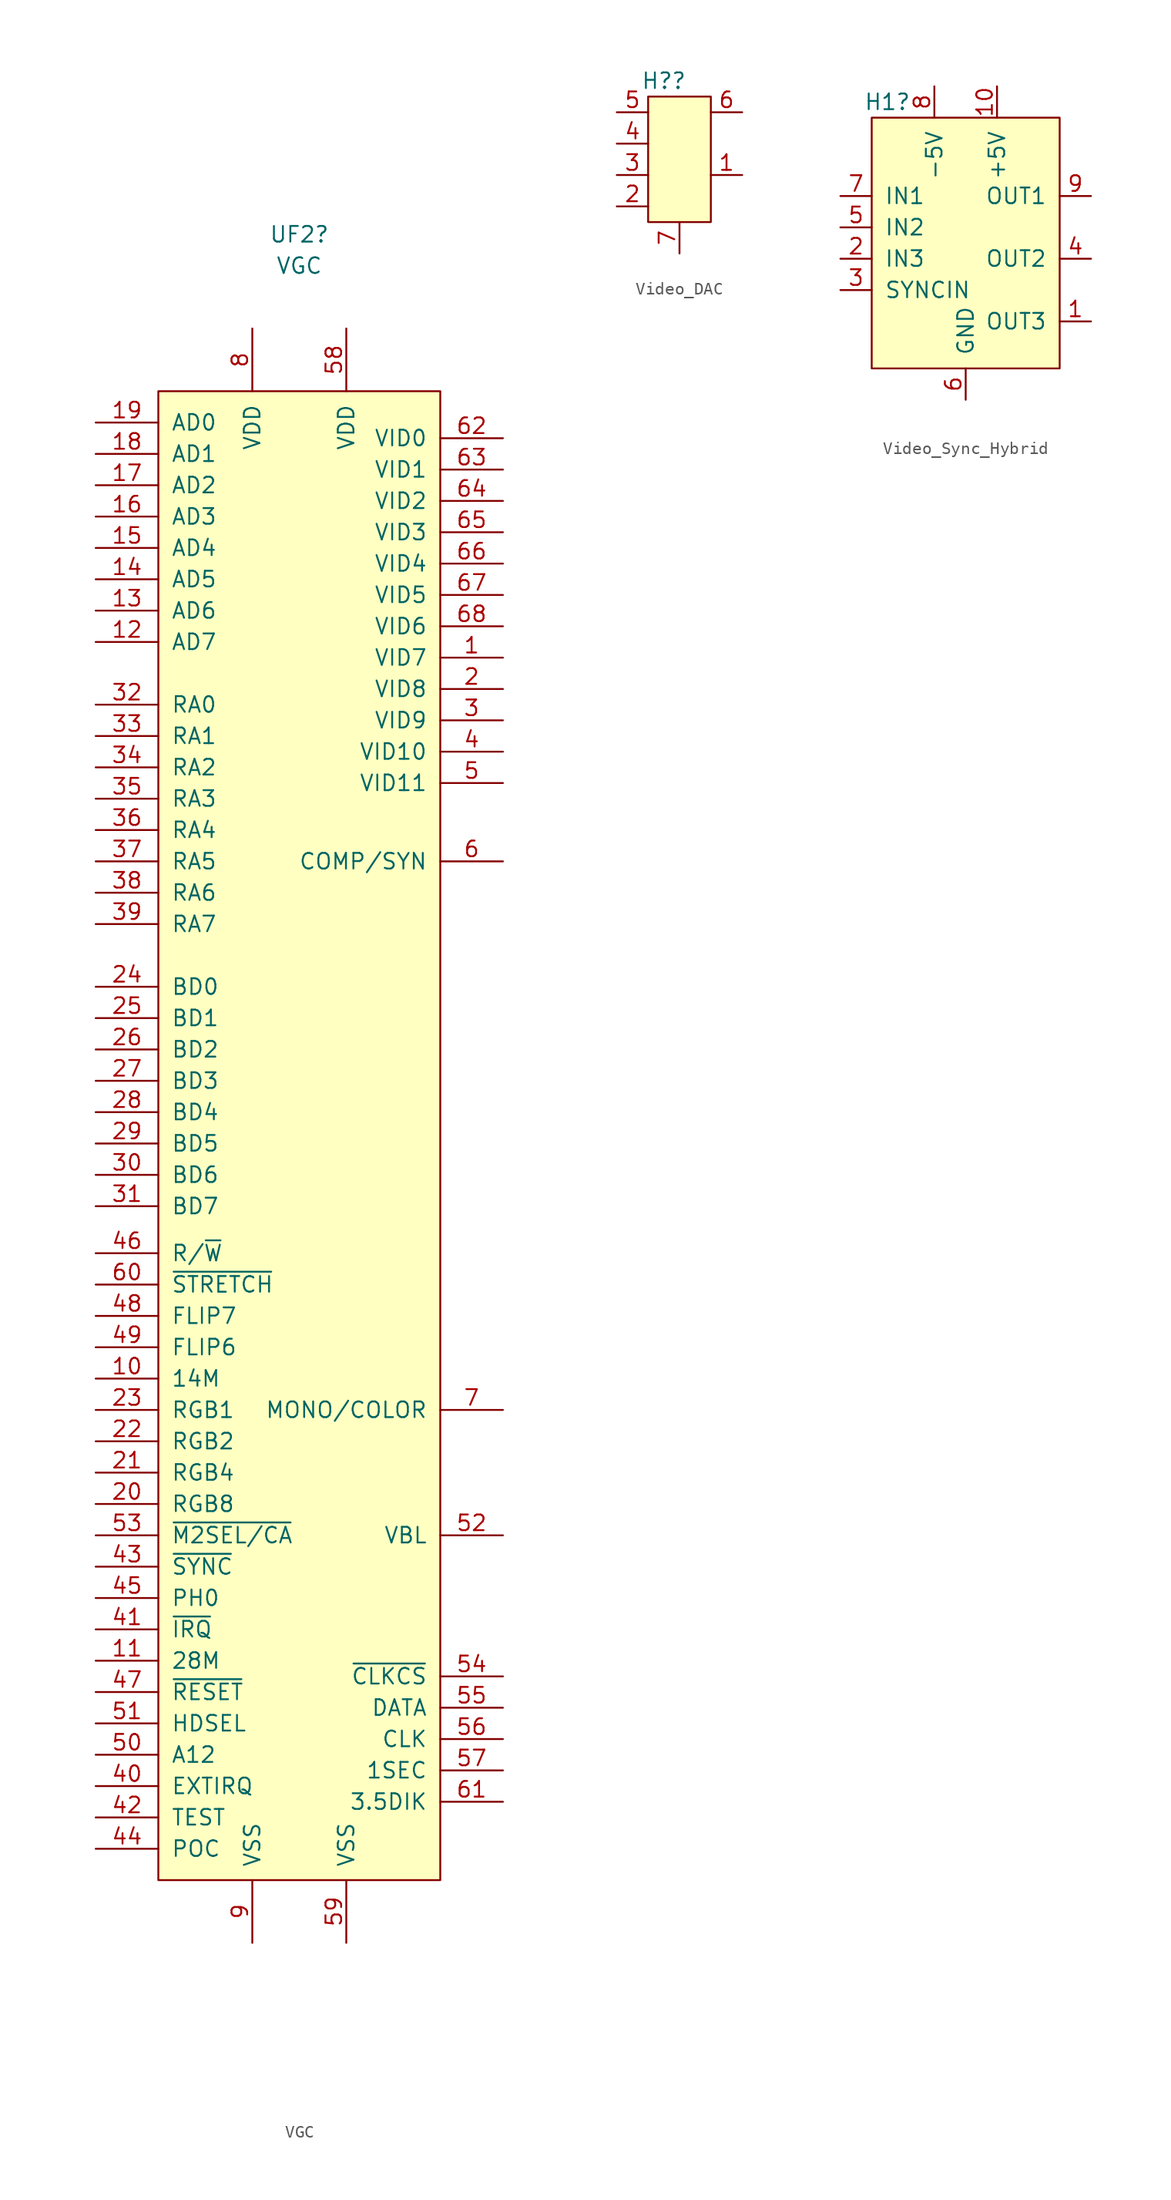
<source format=kicad_sym>
(kicad_symbol_lib
  (version 20211014)
  (generator kicad_symbol_editor)
  (symbol "VGC"
    (pin_names
      (offset 1.016))
    (property "Reference" "UF2"
      (at 1.27 80.01 0)
      (effects (font (size 1.27 1.27))))
    (property "Value" "VGC"
      (at 1.27 77.47 0)
      (effects (font (size 1.27 1.27))))
    (symbol "VGC_0_1"
      (rectangle (start -10.16 67.31) (end 12.7 -53.34) (stroke (width 0) (type default) (color 0 0 0 0)) (fill (type background))))
    (symbol "VGC_1_1"
      (pin output line (at 17.78 45.72 180) (length 5.08) (name "VID7" (effects (font (size 1.27 1.27)))) (number "1" (effects (font (size 1.27 1.27)))))
      (pin output line (at -15.24 -12.7 0) (length 5.08) (name "14M" (effects (font (size 1.27 1.27)))) (number "10" (effects (font (size 1.27 1.27)))))
      (pin input line (at -15.24 -35.56 0) (length 5.08) (name "28M" (effects (font (size 1.27 1.27)))) (number "11" (effects (font (size 1.27 1.27)))))
      (pin input line (at -15.24 46.99 0) (length 5.08) (name "AD7" (effects (font (size 1.27 1.27)))) (number "12" (effects (font (size 1.27 1.27)))))
      (pin input line (at -15.24 49.53 0) (length 5.08) (name "AD6" (effects (font (size 1.27 1.27)))) (number "13" (effects (font (size 1.27 1.27)))))
      (pin input line (at -15.24 52.07 0) (length 5.08) (name "AD5" (effects (font (size 1.27 1.27)))) (number "14" (effects (font (size 1.27 1.27)))))
      (pin input line (at -15.24 54.61 0) (length 5.08) (name "AD4" (effects (font (size 1.27 1.27)))) (number "15" (effects (font (size 1.27 1.27)))))
      (pin input line (at -15.24 57.15 0) (length 5.08) (name "AD3" (effects (font (size 1.27 1.27)))) (number "16" (effects (font (size 1.27 1.27)))))
      (pin input line (at -15.24 59.69 0) (length 5.08) (name "AD2" (effects (font (size 1.27 1.27)))) (number "17" (effects (font (size 1.27 1.27)))))
      (pin input line (at -15.24 62.23 0) (length 5.08) (name "AD1" (effects (font (size 1.27 1.27)))) (number "18" (effects (font (size 1.27 1.27)))))
      (pin input line (at -15.24 64.77 0) (length 5.08) (name "AD0" (effects (font (size 1.27 1.27)))) (number "19" (effects (font (size 1.27 1.27)))))
      (pin output line (at 17.78 43.18 180) (length 5.08) (name "VID8" (effects (font (size 1.27 1.27)))) (number "2" (effects (font (size 1.27 1.27)))))
      (pin input line (at -15.24 -22.86 0) (length 5.08) (name "RGB8" (effects (font (size 1.27 1.27)))) (number "20" (effects (font (size 1.27 1.27)))))
      (pin input line (at -15.24 -20.32 0) (length 5.08) (name "RGB4" (effects (font (size 1.27 1.27)))) (number "21" (effects (font (size 1.27 1.27)))))
      (pin input line (at -15.24 -17.78 0) (length 5.08) (name "RGB2" (effects (font (size 1.27 1.27)))) (number "22" (effects (font (size 1.27 1.27)))))
      (pin input line (at -15.24 -15.24 0) (length 5.08) (name "RGB1" (effects (font (size 1.27 1.27)))) (number "23" (effects (font (size 1.27 1.27)))))
      (pin input line (at -15.24 19.05 0) (length 5.08) (name "BD0" (effects (font (size 1.27 1.27)))) (number "24" (effects (font (size 1.27 1.27)))))
      (pin input line (at -15.24 16.51 0) (length 5.08) (name "BD1" (effects (font (size 1.27 1.27)))) (number "25" (effects (font (size 1.27 1.27)))))
      (pin input line (at -15.24 13.97 0) (length 5.08) (name "BD2" (effects (font (size 1.27 1.27)))) (number "26" (effects (font (size 1.27 1.27)))))
      (pin input line (at -15.24 11.43 0) (length 5.08) (name "BD3" (effects (font (size 1.27 1.27)))) (number "27" (effects (font (size 1.27 1.27)))))
      (pin input line (at -15.24 8.89 0) (length 5.08) (name "BD4" (effects (font (size 1.27 1.27)))) (number "28" (effects (font (size 1.27 1.27)))))
      (pin input line (at -15.24 6.35 0) (length 5.08) (name "BD5" (effects (font (size 1.27 1.27)))) (number "29" (effects (font (size 1.27 1.27)))))
      (pin output line (at 17.78 40.64 180) (length 5.08) (name "VID9" (effects (font (size 1.27 1.27)))) (number "3" (effects (font (size 1.27 1.27)))))
      (pin input line (at -15.24 3.81 0) (length 5.08) (name "BD6" (effects (font (size 1.27 1.27)))) (number "30" (effects (font (size 1.27 1.27)))))
      (pin input line (at -15.24 1.27 0) (length 5.08) (name "BD7" (effects (font (size 1.27 1.27)))) (number "31" (effects (font (size 1.27 1.27)))))
      (pin input line (at -15.24 41.91 0) (length 5.08) (name "RA0" (effects (font (size 1.27 1.27)))) (number "32" (effects (font (size 1.27 1.27)))))
      (pin input line (at -15.24 39.37 0) (length 5.08) (name "RA1" (effects (font (size 1.27 1.27)))) (number "33" (effects (font (size 1.27 1.27)))))
      (pin input line (at -15.24 36.83 0) (length 5.08) (name "RA2" (effects (font (size 1.27 1.27)))) (number "34" (effects (font (size 1.27 1.27)))))
      (pin input line (at -15.24 34.29 0) (length 5.08) (name "RA3" (effects (font (size 1.27 1.27)))) (number "35" (effects (font (size 1.27 1.27)))))
      (pin input line (at -15.24 31.75 0) (length 5.08) (name "RA4" (effects (font (size 1.27 1.27)))) (number "36" (effects (font (size 1.27 1.27)))))
      (pin input line (at -15.24 29.21 0) (length 5.08) (name "RA5" (effects (font (size 1.27 1.27)))) (number "37" (effects (font (size 1.27 1.27)))))
      (pin input line (at -15.24 26.67 0) (length 5.08) (name "RA6" (effects (font (size 1.27 1.27)))) (number "38" (effects (font (size 1.27 1.27)))))
      (pin input line (at -15.24 24.13 0) (length 5.08) (name "RA7" (effects (font (size 1.27 1.27)))) (number "39" (effects (font (size 1.27 1.27)))))
      (pin output line (at 17.78 38.1 180) (length 5.08) (name "VID10" (effects (font (size 1.27 1.27)))) (number "4" (effects (font (size 1.27 1.27)))))
      (pin passive line (at -15.24 -45.72 0) (length 5.08) (name "EXTIRQ" (effects (font (size 1.27 1.27)))) (number "40" (effects (font (size 1.27 1.27)))))
      (pin input line (at -15.24 -33.02 0) (length 5.08) (name "~{IRQ}" (effects (font (size 1.27 1.27)))) (number "41" (effects (font (size 1.27 1.27)))))
      (pin passive line (at -15.24 -48.26 0) (length 5.08) (name "TEST" (effects (font (size 1.27 1.27)))) (number "42" (effects (font (size 1.27 1.27)))))
      (pin input line (at -15.24 -27.94 0) (length 5.08) (name "~{SYNC}" (effects (font (size 1.27 1.27)))) (number "43" (effects (font (size 1.27 1.27)))))
      (pin passive line (at -15.24 -50.8 0) (length 5.08) (name "POC" (effects (font (size 1.27 1.27)))) (number "44" (effects (font (size 1.27 1.27)))))
      (pin input line (at -15.24 -30.48 0) (length 5.08) (name "PH0" (effects (font (size 1.27 1.27)))) (number "45" (effects (font (size 1.27 1.27)))))
      (pin input line (at -15.24 -2.54 0) (length 5.08) (name "R/~{W}" (effects (font (size 1.27 1.27)))) (number "46" (effects (font (size 1.27 1.27)))))
      (pin input line (at -15.24 -38.1 0) (length 5.08) (name "~{RESET}" (effects (font (size 1.27 1.27)))) (number "47" (effects (font (size 1.27 1.27)))))
      (pin output line (at -15.24 -7.62 0) (length 5.08) (name "FLIP7" (effects (font (size 1.27 1.27)))) (number "48" (effects (font (size 1.27 1.27)))))
      (pin output line (at -15.24 -10.16 0) (length 5.08) (name "FLIP6" (effects (font (size 1.27 1.27)))) (number "49" (effects (font (size 1.27 1.27)))))
      (pin output line (at 17.78 35.56 180) (length 5.08) (name "VID11" (effects (font (size 1.27 1.27)))) (number "5" (effects (font (size 1.27 1.27)))))
      (pin input line (at -15.24 -43.18 0) (length 5.08) (name "A12" (effects (font (size 1.27 1.27)))) (number "50" (effects (font (size 1.27 1.27)))))
      (pin input line (at -15.24 -40.64 0) (length 5.08) (name "HDSEL" (effects (font (size 1.27 1.27)))) (number "51" (effects (font (size 1.27 1.27)))))
      (pin output line (at 17.78 -25.4 180) (length 5.08) (name "VBL" (effects (font (size 1.27 1.27)))) (number "52" (effects (font (size 1.27 1.27)))))
      (pin input line (at -15.24 -25.4 0) (length 5.08) (name "~{M2SEL/CA}" (effects (font (size 1.27 1.27)))) (number "53" (effects (font (size 1.27 1.27)))))
      (pin passive line (at 17.78 -36.83 180) (length 5.08) (name "~{CLKCS}" (effects (font (size 1.27 1.27)))) (number "54" (effects (font (size 1.27 1.27)))))
      (pin passive line (at 17.78 -39.37 180) (length 5.08) (name "DATA" (effects (font (size 1.27 1.27)))) (number "55" (effects (font (size 1.27 1.27)))))
      (pin passive line (at 17.78 -41.91 180) (length 5.08) (name "CLK" (effects (font (size 1.27 1.27)))) (number "56" (effects (font (size 1.27 1.27)))))
      (pin passive line (at 17.78 -44.45 180) (length 5.08) (name "1SEC" (effects (font (size 1.27 1.27)))) (number "57" (effects (font (size 1.27 1.27)))))
      (pin power_in line (at 5.08 72.39 270) (length 5.08) (name "VDD" (effects (font (size 1.27 1.27)))) (number "58" (effects (font (size 1.27 1.27)))))
      (pin power_in line (at 5.08 -58.42 90) (length 5.08) (name "VSS" (effects (font (size 1.27 1.27)))) (number "59" (effects (font (size 1.27 1.27)))))
      (pin output line (at 17.78 29.21 180) (length 5.08) (name "COMP/SYN" (effects (font (size 1.27 1.27)))) (number "6" (effects (font (size 1.27 1.27)))))
      (pin output line (at -15.24 -5.08 0) (length 5.08) (name "~{STRETCH}" (effects (font (size 1.27 1.27)))) (number "60" (effects (font (size 1.27 1.27)))))
      (pin input line (at 17.78 -46.99 180) (length 5.08) (name "3.5DIK" (effects (font (size 1.27 1.27)))) (number "61" (effects (font (size 1.27 1.27)))))
      (pin output line (at 17.78 63.5 180) (length 5.08) (name "VID0" (effects (font (size 1.27 1.27)))) (number "62" (effects (font (size 1.27 1.27)))))
      (pin output line (at 17.78 60.96 180) (length 5.08) (name "VID1" (effects (font (size 1.27 1.27)))) (number "63" (effects (font (size 1.27 1.27)))))
      (pin output line (at 17.78 58.42 180) (length 5.08) (name "VID2" (effects (font (size 1.27 1.27)))) (number "64" (effects (font (size 1.27 1.27)))))
      (pin output line (at 17.78 55.88 180) (length 5.08) (name "VID3" (effects (font (size 1.27 1.27)))) (number "65" (effects (font (size 1.27 1.27)))))
      (pin output line (at 17.78 53.34 180) (length 5.08) (name "VID4" (effects (font (size 1.27 1.27)))) (number "66" (effects (font (size 1.27 1.27)))))
      (pin output line (at 17.78 50.8 180) (length 5.08) (name "VID5" (effects (font (size 1.27 1.27)))) (number "67" (effects (font (size 1.27 1.27)))))
      (pin output line (at 17.78 48.26 180) (length 5.08) (name "VID6" (effects (font (size 1.27 1.27)))) (number "68" (effects (font (size 1.27 1.27)))))
      (pin output line (at 17.78 -15.24 180) (length 5.08) (name "MONO/COLOR" (effects (font (size 1.27 1.27)))) (number "7" (effects (font (size 1.27 1.27)))))
      (pin power_in line (at -2.54 72.39 270) (length 5.08) (name "VDD" (effects (font (size 1.27 1.27)))) (number "8" (effects (font (size 1.27 1.27)))))
      (pin power_in line (at -2.54 -58.42 90) (length 5.08) (name "VSS" (effects (font (size 1.27 1.27)))) (number "9" (effects (font (size 1.27 1.27)))))))
  (symbol "Video_DAC"
    (pin_names
      (offset 1.016))
    (property "Reference" "H?"
      (at -1.27 6.35 0)
      (effects (font (size 1.27 1.27))))
    (symbol "Video_DAC_0_1"
      (rectangle (start -2.54 5.08) (end 2.54 -5.08) (stroke (width 0) (type default) (color 0 0 0 0)) (fill (type background))))
    (symbol "Video_DAC_1_1"
      (pin output line (at 5.08 -1.27 180) (length 2.54) (name "~" (effects (font (size 1.27 1.27)))) (number "1" (effects (font (size 1.27 1.27)))))
      (pin input line (at -5.08 -3.81 0) (length 2.54) (name "~" (effects (font (size 1.27 1.27)))) (number "2" (effects (font (size 1.27 1.27)))))
      (pin input line (at -5.08 -1.27 0) (length 2.54) (name "~" (effects (font (size 1.27 1.27)))) (number "3" (effects (font (size 1.27 1.27)))))
      (pin input line (at -5.08 1.27 0) (length 2.54) (name "~" (effects (font (size 1.27 1.27)))) (number "4" (effects (font (size 1.27 1.27)))))
      (pin input line (at -5.08 3.81 0) (length 2.54) (name "~" (effects (font (size 1.27 1.27)))) (number "5" (effects (font (size 1.27 1.27)))))
      (pin output line (at 5.08 3.81 180) (length 2.54) (name "~" (effects (font (size 1.27 1.27)))) (number "6" (effects (font (size 1.27 1.27)))))
      (pin power_in line (at 0 -7.62 90) (length 2.54) (name "~" (effects (font (size 1.27 1.27)))) (number "7" (effects (font (size 1.27 1.27)))))))
  (symbol "Video_Sync_Hybrid"
    (pin_names
      (offset 1.016))
    (property "Reference" "H1"
      (at -6.35 11.43 0)
      (effects (font (size 1.27 1.27))))
    (symbol "Video_Sync_Hybrid_0_1"
      (rectangle (start -7.62 10.16) (end 7.62 -10.16) (stroke (width 0) (type default) (color 0 0 0 0)) (fill (type background))))
    (symbol "Video_Sync_Hybrid_1_1"
      (pin output line (at 10.16 -6.35 180) (length 2.54) (name "OUT3" (effects (font (size 1.27 1.27)))) (number "1" (effects (font (size 1.27 1.27)))))
      (pin power_in line (at 2.54 12.7 270) (length 2.54) (name "+5V" (effects (font (size 1.27 1.27)))) (number "10" (effects (font (size 1.27 1.27)))))
      (pin input line (at -10.16 -1.27 0) (length 2.54) (name "IN3" (effects (font (size 1.27 1.27)))) (number "2" (effects (font (size 1.27 1.27)))))
      (pin input line (at -10.16 -3.81 0) (length 2.54) (name "SYNCIN" (effects (font (size 1.27 1.27)))) (number "3" (effects (font (size 1.27 1.27)))))
      (pin output line (at 10.16 -1.27 180) (length 2.54) (name "OUT2" (effects (font (size 1.27 1.27)))) (number "4" (effects (font (size 1.27 1.27)))))
      (pin input line (at -10.16 1.27 0) (length 2.54) (name "IN2" (effects (font (size 1.27 1.27)))) (number "5" (effects (font (size 1.27 1.27)))))
      (pin power_in line (at 0 -12.7 90) (length 2.54) (name "GND" (effects (font (size 1.27 1.27)))) (number "6" (effects (font (size 1.27 1.27)))))
      (pin input line (at -10.16 3.81 0) (length 2.54) (name "IN1" (effects (font (size 1.27 1.27)))) (number "7" (effects (font (size 1.27 1.27)))))
      (pin power_in line (at -2.54 12.7 270) (length 2.54) (name "-5V" (effects (font (size 1.27 1.27)))) (number "8" (effects (font (size 1.27 1.27)))))
      (pin output line (at 10.16 3.81 180) (length 2.54) (name "OUT1" (effects (font (size 1.27 1.27)))) (number "9" (effects (font (size 1.27 1.27))))))))
</source>
